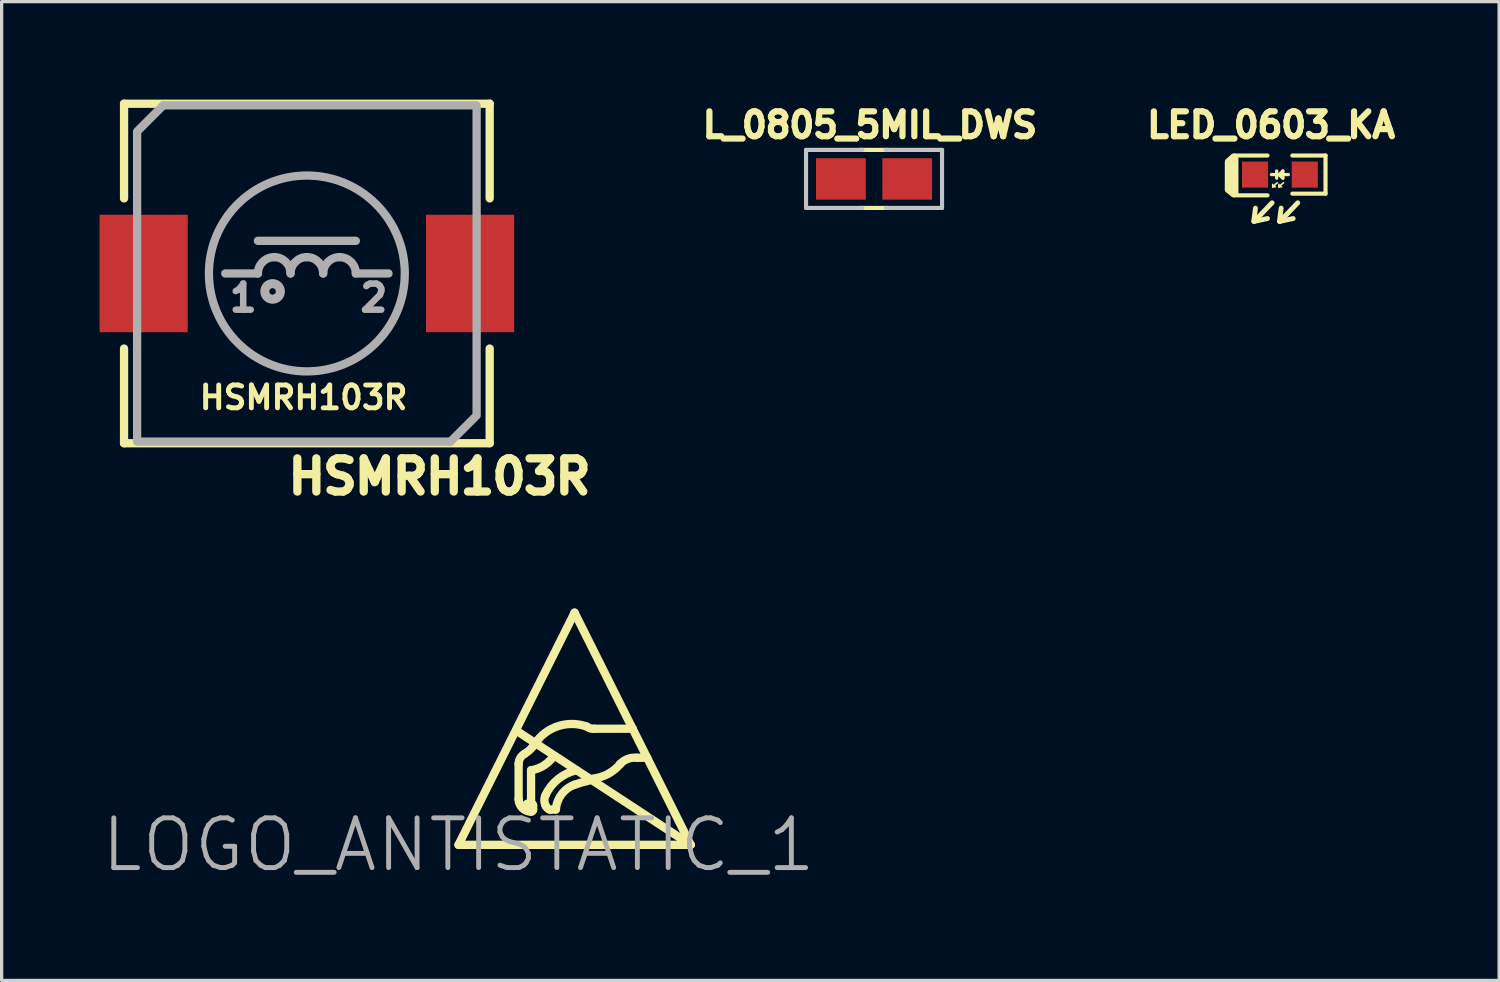
<source format=kicad_pcb>
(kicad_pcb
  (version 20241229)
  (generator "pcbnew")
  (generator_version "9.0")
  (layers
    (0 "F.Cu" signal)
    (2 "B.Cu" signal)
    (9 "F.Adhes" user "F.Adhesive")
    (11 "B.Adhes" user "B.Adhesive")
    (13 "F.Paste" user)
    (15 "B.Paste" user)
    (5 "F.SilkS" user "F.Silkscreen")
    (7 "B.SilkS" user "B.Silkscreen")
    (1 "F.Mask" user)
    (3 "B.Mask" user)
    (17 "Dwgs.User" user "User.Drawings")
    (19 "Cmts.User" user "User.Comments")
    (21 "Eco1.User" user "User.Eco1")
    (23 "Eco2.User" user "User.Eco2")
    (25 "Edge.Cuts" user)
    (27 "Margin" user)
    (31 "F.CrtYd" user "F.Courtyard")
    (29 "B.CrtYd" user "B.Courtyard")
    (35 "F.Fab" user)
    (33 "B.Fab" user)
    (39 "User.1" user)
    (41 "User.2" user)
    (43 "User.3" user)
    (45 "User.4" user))
  (footprint "HSMRH103R"
    (layer "F.Cu")
    (at 6.35 5.327)
    (property "Reference" "HSMRH103R" (at 4.064 6.223 0) (layer "F.SilkS") (effects (font (size 1.016 1.016) (thickness 0.254))))
    (attr through_hole)
    (fp_line (start -5.6 -5.2) (end -5.6 -2.3) (stroke (width 0.254) (type solid)) (layer "F.SilkS"))
    (fp_line (start -5.6 -5.2) (end 5.6 -5.2) (stroke (width 0.254) (type solid)) (layer "F.SilkS"))
    (fp_line (start -5.6 5.2) (end -5.6 2.3) (stroke (width 0.254) (type solid)) (layer "F.SilkS"))
    (fp_line (start 5.6 -5.2) (end 5.6 -2.3) (stroke (width 0.254) (type solid)) (layer "F.SilkS"))
    (fp_line (start 5.6 5.2) (end -5.6 5.2) (stroke (width 0.254) (type solid)) (layer "F.SilkS"))
    (fp_line (start 5.6 5.2) (end 5.6 2.3) (stroke (width 0.254) (type solid)) (layer "F.SilkS"))
    (fp_line (start -5.2 5.15) (end -5.2 -4.35) (stroke (width 0.254) (type solid)) (layer "F.Fab"))
    (fp_line (start -4.4 -5.15) (end -5.15 -4.4) (stroke (width 0.254) (type solid)) (layer "F.Fab"))
    (fp_line (start -4.4 -5.15) (end 5.15 -5.15) (stroke (width 0.254) (type solid)) (layer "F.Fab"))
    (fp_line (start -1.5 -1) (end 1.5 -1) (stroke (width 0.254) (type solid)) (layer "F.Fab"))
    (fp_line (start -1.5 0) (end -2.5 0) (stroke (width 0.254) (type solid)) (layer "F.Fab"))
    (fp_line (start 1.5 0) (end 2.5 0) (stroke (width 0.254) (type solid)) (layer "F.Fab"))
    (fp_line (start 4.4 5.15) (end -5.15 5.15) (stroke (width 0.254) (type solid)) (layer "F.Fab"))
    (fp_line (start 4.4 5.15) (end 5.15 4.4) (stroke (width 0.254) (type solid)) (layer "F.Fab"))
    (fp_line (start 5.2 -5.15) (end 5.2 4.35) (stroke (width 0.254) (type solid)) (layer "F.Fab"))
    (fp_arc (start -1.5 0) (mid -1.353553 -0.353553) (end -1 -0.5) (stroke (width 0.254) (type solid)) (layer "F.Fab"))
    (fp_arc (start -1 -0.5) (mid -0.646447 -0.353553) (end -0.5 0) (stroke (width 0.254) (type solid)) (layer "F.Fab"))
    (fp_arc (start -0.5 0) (mid -0.353553 -0.353553) (end 0 -0.5) (stroke (width 0.254) (type solid)) (layer "F.Fab"))
    (fp_arc (start 0 -0.5) (mid 0.353553 -0.353553) (end 0.5 0) (stroke (width 0.254) (type solid)) (layer "F.Fab"))
    (fp_arc (start 0.5 0) (mid 0.646447 -0.353553) (end 1 -0.5) (stroke (width 0.254) (type solid)) (layer "F.Fab"))
    (fp_arc (start 1 -0.5) (mid 1.353553 -0.353553) (end 1.5 0) (stroke (width 0.254) (type solid)) (layer "F.Fab"))
    (fp_circle (center -1.05 0.55) (end -1.15 0.55) (stroke (width 0.254) (type solid)) (fill no) (layer "F.Fab"))
    (fp_circle (center -1.05 0.55) (end -1.05 0.8) (stroke (width 0.254) (type solid)) (fill no) (layer "F.Fab"))
    (fp_circle (center 0 0) (end 0 3) (stroke (width 0.254) (type solid)) (fill no) (layer "F.Fab"))
    (fp_text user "HSMRH103R" (at -0.1 3.8 180) (layer "F.SilkS") (effects (font (size 0.7 0.7) (thickness 0.15))))
    (fp_text user "2" (at 2.05 0.75 0) (layer "F.Fab") (effects (font (size 0.8 0.8) (thickness 0.2))))
    (fp_text user "1" (at -1.95 0.75 0) (layer "F.Fab") (effects (font (size 0.8 0.8) (thickness 0.2))))
    (pad "1" smd rect (at -5 0) (size 2.7 3.6) (layers "F.Cu" "F.Mask" "F.Paste"))
    (pad "2" smd rect (at 5 0) (size 2.7 3.6) (layers "F.Cu" "F.Mask" "F.Paste")))
  (footprint "LOGO_ANTISTATIC_1"
    (layer "F.Cu")
    (at 10.995 22.829)
    (property "Reference" "LOGO_ANTISTATIC_1" (at 0 0 0) (layer "F.Fab") (effects (font (size 1.524 1.524) (thickness 0.15))))
    (attr through_hole)
    (fp_line (start 0 0) (end 7.112 0) (stroke (width 0.254) (type solid)) (layer "F.SilkS"))
    (fp_line (start 1.778 -3.493) (end 7.112 0) (stroke (width 0.254) (type solid)) (layer "F.SilkS"))
    (fp_line (start 1.841 -2.477) (end 1.841 -1.397) (stroke (width 0.254) (type solid)) (layer "F.SilkS"))
    (fp_line (start 2.223 -1.27) (end 2.159 -1.27) (stroke (width 0.254) (type solid)) (layer "F.SilkS"))
    (fp_line (start 2.223 -1.27) (end 2.223 -2.286) (stroke (width 0.254) (type solid)) (layer "F.SilkS"))
    (fp_line (start 2.286 -1.079) (end 2.286 -1.206) (stroke (width 0.254) (type solid)) (layer "F.SilkS"))
    (fp_line (start 2.794 -1.079) (end 2.946 -1.079) (stroke (width 0.254) (type solid)) (layer "F.SilkS"))
    (fp_line (start 3.556 -7.112) (end 0 0) (stroke (width 0.254) (type solid)) (layer "F.SilkS"))
    (fp_line (start 4.153 -3.556) (end 5.334 -3.556) (stroke (width 0.254) (type solid)) (layer "F.SilkS"))
    (fp_line (start 5.334 -3.556) (end 3.556 -7.112) (stroke (width 0.254) (type solid)) (layer "F.SilkS"))
    (fp_line (start 5.779 -2.667) (end 5.334 -3.556) (stroke (width 0.254) (type solid)) (layer "F.SilkS"))
    (fp_line (start 5.779 -2.667) (end 5.461 -2.667) (stroke (width 0.254) (type solid)) (layer "F.SilkS"))
    (fp_line (start 7.112 0) (end 5.779 -2.667) (stroke (width 0.254) (type solid)) (layer "F.SilkS"))
    (fp_arc (start 1.8415 -2.4765) (mid 1.892493 -2.660688) (end 2.030952 -2.792425) (stroke (width 0.254) (type solid)) (layer "F.SilkS"))
    (fp_arc (start 2.032 -1.143) (mid 2.069197 -1.232803) (end 2.159 -1.27) (stroke (width 0.254) (type solid)) (layer "F.SilkS"))
    (fp_arc (start 2.2225 -1.27) (mid 2.267401 -1.251401) (end 2.286 -1.2065) (stroke (width 0.254) (type solid)) (layer "F.SilkS"))
    (fp_arc (start 2.2225 -1.016) (mid 1.953092 -1.127592) (end 1.8415 -1.397) (stroke (width 0.254) (type solid)) (layer "F.SilkS"))
    (fp_arc (start 2.286 -1.0795) (mid 2.26916 -1.033814) (end 2.224929 -1.013456) (stroke (width 0.254) (type solid)) (layer "F.SilkS"))
    (fp_arc (start 2.3495 -3.1115) (mid 2.210976 -2.933276) (end 2.033451 -2.793858) (stroke (width 0.254) (type solid)) (layer "F.SilkS"))
    (fp_arc (start 2.3495 -3.1115) (mid 3.055833 -3.637435) (end 3.936279 -3.619321) (stroke (width 0.254) (type solid)) (layer "F.SilkS"))
    (fp_arc (start 2.667 -1.524) (mid 3.052894 -2.016636) (end 3.618292 -2.284834) (stroke (width 0.254) (type solid)) (layer "F.SilkS"))
    (fp_arc (start 2.667 -1.2065) (mid 2.630092 -1.365023) (end 2.667932 -1.523326) (stroke (width 0.254) (type solid)) (layer "F.SilkS"))
    (fp_arc (start 2.794 -1.0795) (mid 2.715547 -1.127972) (end 2.667033 -1.2064) (stroke (width 0.254) (type solid)) (layer "F.SilkS"))
    (fp_arc (start 2.921 -2.7305) (mid 2.619867 -2.433418) (end 2.224065 -2.284155) (stroke (width 0.254) (type solid)) (layer "F.SilkS"))
    (fp_arc (start 2.9845 -1.0795) (mid 3.155121 -1.546326) (end 3.556085 -1.840036) (stroke (width 0.254) (type solid)) (layer "F.SilkS"))
    (fp_arc (start 3.556 -1.8415) (mid 3.773965 -1.911125) (end 3.995725 -1.967506) (stroke (width 0.254) (type solid)) (layer "F.SilkS"))
    (fp_arc (start 4.1529 -3.556) (mid 4.038851 -3.565528) (end 3.937084 -3.617886) (stroke (width 0.254) (type solid)) (layer "F.SilkS"))
    (fp_arc (start 4.953 -2.4765) (mid 4.584618 -2.174457) (end 4.130538 -2.030424) (stroke (width 0.254) (type solid)) (layer "F.SilkS"))
    (fp_arc (start 4.953 -2.4765) (mid 5.184933 -2.631521) (end 5.461699 -2.666526) (stroke (width 0.254) (type solid)) (layer "F.SilkS")))
  (footprint "LED_0603_KA"
    (layer "F.Cu")
    (at 36.157 2.298)
    (property "Reference" "LED_0603_KA" (at -0.269 -1.518 0) (layer "F.SilkS") (effects (font (size 0.762 0.762) (thickness 0.191))))
    (attr smd)
    (fp_line (start -1.562 0.445) (end -1.562 -0.381) (stroke (width 0.254) (type solid)) (layer "F.SilkS"))
    (fp_line (start -1.41 -0.521) (end -1.549 -0.394) (stroke (width 0.254) (type solid)) (layer "F.SilkS"))
    (fp_line (start -1.41 0.572) (end -1.562 0.445) (stroke (width 0.254) (type solid)) (layer "F.SilkS"))
    (fp_line (start -1.397 -0.584) (end -0.381 -0.584) (stroke (width 0.127) (type solid)) (layer "F.SilkS"))
    (fp_line (start -1.397 -0.483) (end -1.397 0.559) (stroke (width 0.254) (type solid)) (layer "F.SilkS"))
    (fp_line (start -0.8 1.422) (end -0.749 1.029) (stroke (width 0.15) (type solid)) (layer "F.SilkS"))
    (fp_line (start -0.8 1.435) (end -0.381 1.346) (stroke (width 0.15) (type solid)) (layer "F.SilkS"))
    (fp_line (start -0.381 0.635) (end -1.397 0.635) (stroke (width 0.127) (type solid)) (layer "F.SilkS"))
    (fp_line (start -0.241 0.864) (end -0.787 1.435) (stroke (width 0.15) (type solid)) (layer "F.SilkS"))
    (fp_line (start -0.22 0.38) (end -0.22 0.3) (stroke (width 0.05) (type solid)) (layer "F.SilkS"))
    (fp_line (start -0.22 0.38) (end -0.14 0.37) (stroke (width 0.05) (type solid)) (layer "F.SilkS"))
    (fp_line (start -0.1 0.11) (end -0.1 -0.11) (stroke (width 0.1) (type solid)) (layer "F.SilkS"))
    (fp_line (start -0.08 0.25) (end -0.21 0.36) (stroke (width 0.05) (type solid)) (layer "F.SilkS"))
    (fp_line (start -0.03 0.38) (end -0.03 0.3) (stroke (width 0.05) (type solid)) (layer "F.SilkS"))
    (fp_line (start -0.03 0.38) (end 0.05 0.37) (stroke (width 0.05) (type solid)) (layer "F.SilkS"))
    (fp_line (start -0.013 1.422) (end 0.038 1.029) (stroke (width 0.15) (type solid)) (layer "F.SilkS"))
    (fp_line (start -0.013 1.435) (end 0.406 1.346) (stroke (width 0.15) (type solid)) (layer "F.SilkS"))
    (fp_line (start 0.09 -0.11) (end -0.01 -0.01) (stroke (width 0.1) (type solid)) (layer "F.SilkS"))
    (fp_line (start 0.09 0.11) (end -0.02 0.01) (stroke (width 0.1) (type solid)) (layer "F.SilkS"))
    (fp_line (start 0.09 0.11) (end 0.09 -0.11) (stroke (width 0.1) (type solid)) (layer "F.SilkS"))
    (fp_line (start 0.11 0.25) (end -0.02 0.36) (stroke (width 0.05) (type solid)) (layer "F.SilkS"))
    (fp_line (start 0.26 0) (end -0.26 0) (stroke (width 0.1) (type solid)) (layer "F.SilkS"))
    (fp_line (start 0.546 0.864) (end 0 1.435) (stroke (width 0.15) (type solid)) (layer "F.SilkS"))
    (fp_line (start 1.397 -0.584) (end 0.381 -0.584) (stroke (width 0.127) (type solid)) (layer "F.SilkS"))
    (fp_line (start 1.397 0.584) (end 0.381 0.584) (stroke (width 0.127) (type solid)) (layer "F.SilkS"))
    (fp_line (start 1.397 0.584) (end 1.397 -0.584) (stroke (width 0.127) (type solid)) (layer "F.SilkS"))
    (pad "1" smd rect (at -0.762 0 180) (size 0.8 0.8) (layers "F.Cu" "F.Mask" "F.Paste"))
    (pad "2" smd rect (at 0.762 0 180) (size 0.8 0.8) (layers "F.Cu" "F.Mask" "F.Paste")))
  (footprint "L_0805_5MIL_DWS"
    (layer "F.Cu")
    (at 23.724 2.431)
    (property "Reference" "L_0805_5MIL_DWS" (at -0.127 -1.651 0) (layer "F.SilkS") (effects (font (size 0.762 0.762) (thickness 0.191))))
    (attr smd)
    (fp_line (start -0.432 -0.889) (end 0.406 -0.889) (stroke (width 0.127) (type solid)) (layer "F.SilkS"))
    (fp_line (start -0.432 0.889) (end 0.406 0.889) (stroke (width 0.127) (type solid)) (layer "F.SilkS"))
    (fp_line (start -2.083 -0.889) (end -2.083 0.889) (stroke (width 0.127) (type solid)) (layer "Dwgs.User"))
    (fp_line (start -2.083 0.889) (end -0.356 0.889) (stroke (width 0.127) (type solid)) (layer "Dwgs.User"))
    (fp_line (start -0.356 -0.889) (end -2.083 -0.889) (stroke (width 0.127) (type solid)) (layer "Dwgs.User"))
    (fp_line (start 0.356 0.889) (end 2.083 0.889) (stroke (width 0.127) (type solid)) (layer "Dwgs.User"))
    (fp_line (start 2.083 -0.889) (end 0.356 -0.889) (stroke (width 0.127) (type solid)) (layer "Dwgs.User"))
    (fp_line (start 2.083 -0.889) (end 2.083 0.889) (stroke (width 0.127) (type solid)) (layer "Dwgs.User"))
    (pad "1" smd rect (at -1.016 0) (size 1.524 1.27) (layers "F.Cu" "F.Mask" "F.Paste"))
    (pad "2" smd rect (at 1.016 0) (size 1.524 1.27) (layers "F.Cu" "F.Mask" "F.Paste")))
  (gr_rect
    (start -3 -3)
    (end 42.871 26.984)
    (stroke (width 0.1) (type default))
    (fill no)
    (layer "Edge.Cuts")))
</source>
